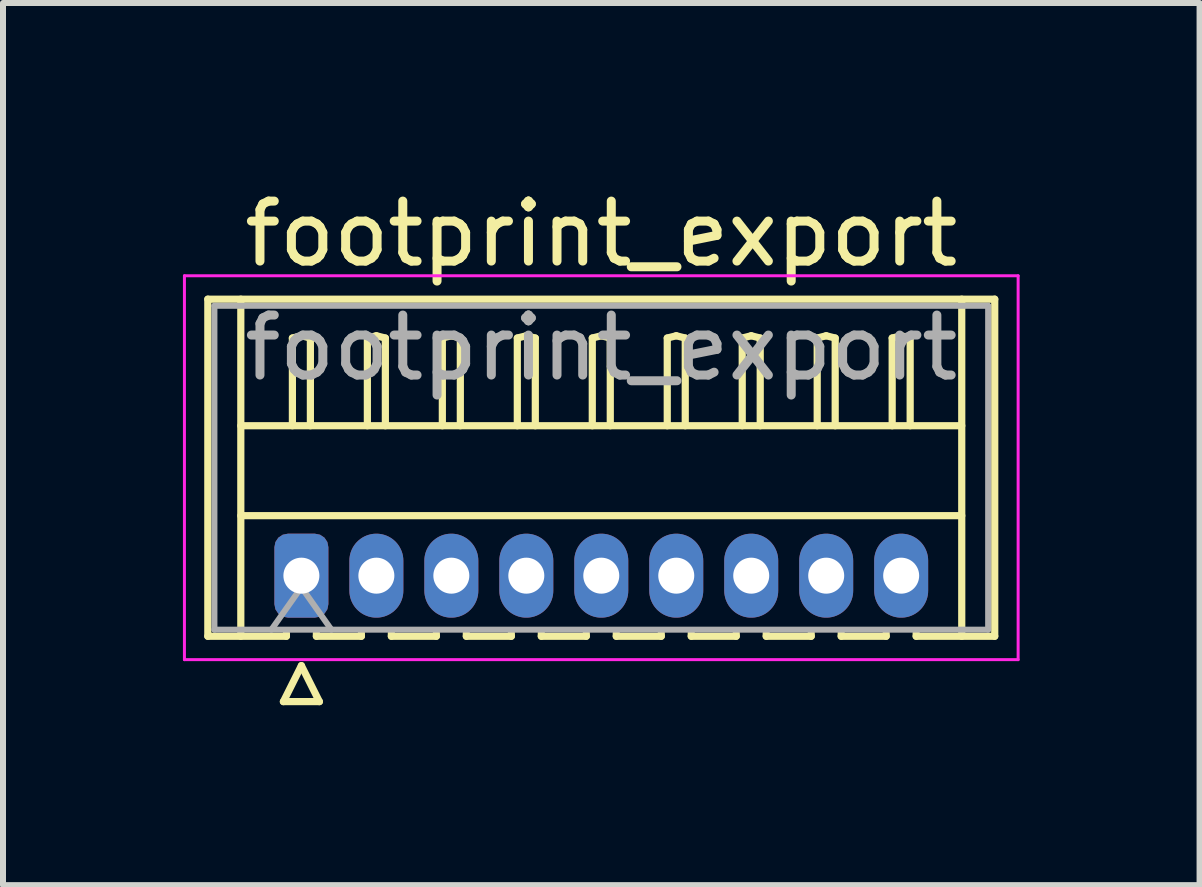
<source format=kicad_pcb>
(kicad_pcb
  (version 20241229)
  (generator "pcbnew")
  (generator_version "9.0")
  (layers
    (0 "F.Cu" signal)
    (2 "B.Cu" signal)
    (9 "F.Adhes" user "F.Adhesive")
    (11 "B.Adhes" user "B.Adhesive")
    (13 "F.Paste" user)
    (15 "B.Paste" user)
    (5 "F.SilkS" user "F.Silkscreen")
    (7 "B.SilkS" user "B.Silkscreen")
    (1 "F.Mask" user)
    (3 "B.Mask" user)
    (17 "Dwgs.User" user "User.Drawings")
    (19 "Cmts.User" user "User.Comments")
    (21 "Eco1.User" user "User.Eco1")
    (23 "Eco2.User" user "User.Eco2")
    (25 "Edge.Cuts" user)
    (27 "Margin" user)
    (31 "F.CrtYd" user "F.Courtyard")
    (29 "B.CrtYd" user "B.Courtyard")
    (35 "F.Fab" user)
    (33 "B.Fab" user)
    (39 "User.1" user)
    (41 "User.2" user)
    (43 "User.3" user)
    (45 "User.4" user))
  (footprint "footprint_export"
    (layer "F.Cu")
    (at 1.975 6.548)
    (property "Reference" "footprint_export" (at 5 -5.7 0) (layer "F.SilkS") (effects (font (size 1 1) (thickness 0.15))))
    (attr through_hole)
    (fp_line (start -1.56 -4.61) (end 11.56 -4.61) (stroke (width 0.12) (type solid)) (layer "F.SilkS"))
    (fp_line (start -1.56 1.01) (end -1.56 -4.61) (stroke (width 0.12) (type solid)) (layer "F.SilkS"))
    (fp_line (start -1.01 -4.61) (end -1.01 1.01) (stroke (width 0.12) (type solid)) (layer "F.SilkS"))
    (fp_line (start -1.01 -2.5) (end 11.01 -2.5) (stroke (width 0.12) (type solid)) (layer "F.SilkS"))
    (fp_line (start -1.01 -1) (end 11.01 -1) (stroke (width 0.12) (type solid)) (layer "F.SilkS"))
    (fp_line (start -0.3 2.1) (end 0.3 2.1) (stroke (width 0.12) (type solid)) (layer "F.SilkS"))
    (fp_line (start -0.25 0.96) (end -0.25 1.01) (stroke (width 0.12) (type solid)) (layer "F.SilkS"))
    (fp_line (start -0.25 1.01) (end -1.56 1.01) (stroke (width 0.12) (type solid)) (layer "F.SilkS"))
    (fp_line (start -0.15 -3.962) (end 0 -4) (stroke (width 0.12) (type solid)) (layer "F.SilkS"))
    (fp_line (start -0.15 -2.5) (end -0.15 -3.962) (stroke (width 0.12) (type solid)) (layer "F.SilkS"))
    (fp_line (start 0 -4) (end 0.15 -3.962) (stroke (width 0.12) (type solid)) (layer "F.SilkS"))
    (fp_line (start 0 1.5) (end -0.3 2.1) (stroke (width 0.12) (type solid)) (layer "F.SilkS"))
    (fp_line (start 0.15 -3.962) (end 0.15 -2.5) (stroke (width 0.12) (type solid)) (layer "F.SilkS"))
    (fp_line (start 0.25 0.96) (end 0.25 1.01) (stroke (width 0.12) (type solid)) (layer "F.SilkS"))
    (fp_line (start 0.25 1.01) (end 1 1.01) (stroke (width 0.12) (type solid)) (layer "F.SilkS"))
    (fp_line (start 0.3 2.1) (end 0 1.5) (stroke (width 0.12) (type solid)) (layer "F.SilkS"))
    (fp_line (start 1 1.01) (end 1 0.96) (stroke (width 0.12) (type solid)) (layer "F.SilkS"))
    (fp_line (start 1.1 -3.962) (end 1.25 -4) (stroke (width 0.12) (type solid)) (layer "F.SilkS"))
    (fp_line (start 1.1 -2.5) (end 1.1 -3.962) (stroke (width 0.12) (type solid)) (layer "F.SilkS"))
    (fp_line (start 1.25 -4) (end 1.4 -3.962) (stroke (width 0.12) (type solid)) (layer "F.SilkS"))
    (fp_line (start 1.4 -3.962) (end 1.4 -2.5) (stroke (width 0.12) (type solid)) (layer "F.SilkS"))
    (fp_line (start 1.5 0.96) (end 1.5 1.01) (stroke (width 0.12) (type solid)) (layer "F.SilkS"))
    (fp_line (start 1.5 1.01) (end 2.25 1.01) (stroke (width 0.12) (type solid)) (layer "F.SilkS"))
    (fp_line (start 2.25 1.01) (end 2.25 0.96) (stroke (width 0.12) (type solid)) (layer "F.SilkS"))
    (fp_line (start 2.35 -3.962) (end 2.5 -4) (stroke (width 0.12) (type solid)) (layer "F.SilkS"))
    (fp_line (start 2.35 -2.5) (end 2.35 -3.962) (stroke (width 0.12) (type solid)) (layer "F.SilkS"))
    (fp_line (start 2.5 -4) (end 2.65 -3.962) (stroke (width 0.12) (type solid)) (layer "F.SilkS"))
    (fp_line (start 2.65 -3.962) (end 2.65 -2.5) (stroke (width 0.12) (type solid)) (layer "F.SilkS"))
    (fp_line (start 2.75 0.96) (end 2.75 1.01) (stroke (width 0.12) (type solid)) (layer "F.SilkS"))
    (fp_line (start 2.75 1.01) (end 3.5 1.01) (stroke (width 0.12) (type solid)) (layer "F.SilkS"))
    (fp_line (start 3.5 1.01) (end 3.5 0.96) (stroke (width 0.12) (type solid)) (layer "F.SilkS"))
    (fp_line (start 3.6 -3.962) (end 3.75 -4) (stroke (width 0.12) (type solid)) (layer "F.SilkS"))
    (fp_line (start 3.6 -2.5) (end 3.6 -3.962) (stroke (width 0.12) (type solid)) (layer "F.SilkS"))
    (fp_line (start 3.75 -4) (end 3.9 -3.962) (stroke (width 0.12) (type solid)) (layer "F.SilkS"))
    (fp_line (start 3.9 -3.962) (end 3.9 -2.5) (stroke (width 0.12) (type solid)) (layer "F.SilkS"))
    (fp_line (start 4 0.96) (end 4 1.01) (stroke (width 0.12) (type solid)) (layer "F.SilkS"))
    (fp_line (start 4 1.01) (end 4.75 1.01) (stroke (width 0.12) (type solid)) (layer "F.SilkS"))
    (fp_line (start 4.75 1.01) (end 4.75 0.96) (stroke (width 0.12) (type solid)) (layer "F.SilkS"))
    (fp_line (start 4.85 -3.962) (end 5 -4) (stroke (width 0.12) (type solid)) (layer "F.SilkS"))
    (fp_line (start 4.85 -2.5) (end 4.85 -3.962) (stroke (width 0.12) (type solid)) (layer "F.SilkS"))
    (fp_line (start 5 -4) (end 5.15 -3.962) (stroke (width 0.12) (type solid)) (layer "F.SilkS"))
    (fp_line (start 5.15 -3.962) (end 5.15 -2.5) (stroke (width 0.12) (type solid)) (layer "F.SilkS"))
    (fp_line (start 5.25 0.96) (end 5.25 1.01) (stroke (width 0.12) (type solid)) (layer "F.SilkS"))
    (fp_line (start 5.25 1.01) (end 6 1.01) (stroke (width 0.12) (type solid)) (layer "F.SilkS"))
    (fp_line (start 6 1.01) (end 6 0.96) (stroke (width 0.12) (type solid)) (layer "F.SilkS"))
    (fp_line (start 6.1 -3.962) (end 6.25 -4) (stroke (width 0.12) (type solid)) (layer "F.SilkS"))
    (fp_line (start 6.1 -2.5) (end 6.1 -3.962) (stroke (width 0.12) (type solid)) (layer "F.SilkS"))
    (fp_line (start 6.25 -4) (end 6.4 -3.962) (stroke (width 0.12) (type solid)) (layer "F.SilkS"))
    (fp_line (start 6.4 -3.962) (end 6.4 -2.5) (stroke (width 0.12) (type solid)) (layer "F.SilkS"))
    (fp_line (start 6.5 0.96) (end 6.5 1.01) (stroke (width 0.12) (type solid)) (layer "F.SilkS"))
    (fp_line (start 6.5 1.01) (end 7.25 1.01) (stroke (width 0.12) (type solid)) (layer "F.SilkS"))
    (fp_line (start 7.25 1.01) (end 7.25 0.96) (stroke (width 0.12) (type solid)) (layer "F.SilkS"))
    (fp_line (start 7.35 -3.962) (end 7.5 -4) (stroke (width 0.12) (type solid)) (layer "F.SilkS"))
    (fp_line (start 7.35 -2.5) (end 7.35 -3.962) (stroke (width 0.12) (type solid)) (layer "F.SilkS"))
    (fp_line (start 7.5 -4) (end 7.65 -3.962) (stroke (width 0.12) (type solid)) (layer "F.SilkS"))
    (fp_line (start 7.65 -3.962) (end 7.65 -2.5) (stroke (width 0.12) (type solid)) (layer "F.SilkS"))
    (fp_line (start 7.75 0.96) (end 7.75 1.01) (stroke (width 0.12) (type solid)) (layer "F.SilkS"))
    (fp_line (start 7.75 1.01) (end 8.5 1.01) (stroke (width 0.12) (type solid)) (layer "F.SilkS"))
    (fp_line (start 8.5 1.01) (end 8.5 0.96) (stroke (width 0.12) (type solid)) (layer "F.SilkS"))
    (fp_line (start 8.6 -3.962) (end 8.75 -4) (stroke (width 0.12) (type solid)) (layer "F.SilkS"))
    (fp_line (start 8.6 -2.5) (end 8.6 -3.962) (stroke (width 0.12) (type solid)) (layer "F.SilkS"))
    (fp_line (start 8.75 -4) (end 8.9 -3.962) (stroke (width 0.12) (type solid)) (layer "F.SilkS"))
    (fp_line (start 8.9 -3.962) (end 8.9 -2.5) (stroke (width 0.12) (type solid)) (layer "F.SilkS"))
    (fp_line (start 9 0.96) (end 9 1.01) (stroke (width 0.12) (type solid)) (layer "F.SilkS"))
    (fp_line (start 9 1.01) (end 9.75 1.01) (stroke (width 0.12) (type solid)) (layer "F.SilkS"))
    (fp_line (start 9.75 1.01) (end 9.75 0.96) (stroke (width 0.12) (type solid)) (layer "F.SilkS"))
    (fp_line (start 9.85 -3.962) (end 10 -4) (stroke (width 0.12) (type solid)) (layer "F.SilkS"))
    (fp_line (start 9.85 -2.5) (end 9.85 -3.962) (stroke (width 0.12) (type solid)) (layer "F.SilkS"))
    (fp_line (start 10 -4) (end 10.15 -3.962) (stroke (width 0.12) (type solid)) (layer "F.SilkS"))
    (fp_line (start 10.15 -3.962) (end 10.15 -2.5) (stroke (width 0.12) (type solid)) (layer "F.SilkS"))
    (fp_line (start 10.25 1.01) (end 10.25 0.96) (stroke (width 0.12) (type solid)) (layer "F.SilkS"))
    (fp_line (start 11.01 -4.61) (end 11.01 1.01) (stroke (width 0.12) (type solid)) (layer "F.SilkS"))
    (fp_line (start 11.56 -4.61) (end 11.56 1.01) (stroke (width 0.12) (type solid)) (layer "F.SilkS"))
    (fp_line (start 11.56 1.01) (end 10.25 1.01) (stroke (width 0.12) (type solid)) (layer "F.SilkS"))
    (fp_line (start -1.95 -5) (end -1.95 1.4) (stroke (width 0.05) (type solid)) (layer "F.CrtYd"))
    (fp_line (start -1.95 1.4) (end 11.95 1.4) (stroke (width 0.05) (type solid)) (layer "F.CrtYd"))
    (fp_line (start 11.95 -5) (end -1.95 -5) (stroke (width 0.05) (type solid)) (layer "F.CrtYd"))
    (fp_line (start 11.95 1.4) (end 11.95 -5) (stroke (width 0.05) (type solid)) (layer "F.CrtYd"))
    (fp_line (start -1.45 -4.5) (end -1.45 0.9) (stroke (width 0.1) (type solid)) (layer "F.Fab"))
    (fp_line (start -1.45 0.9) (end 11.45 0.9) (stroke (width 0.1) (type solid)) (layer "F.Fab"))
    (fp_line (start -0.5 0.9) (end 0 0.193) (stroke (width 0.1) (type solid)) (layer "F.Fab"))
    (fp_line (start 0 0.193) (end 0.5 0.9) (stroke (width 0.1) (type solid)) (layer "F.Fab"))
    (fp_line (start 11.45 -4.5) (end -1.45 -4.5) (stroke (width 0.1) (type solid)) (layer "F.Fab"))
    (fp_line (start 11.45 0.9) (end 11.45 -4.5) (stroke (width 0.1) (type solid)) (layer "F.Fab"))
    (fp_text user "${REFERENCE}" (at 5 -3.8 0) (layer "F.Fab") (effects (font (size 1 1) (thickness 0.15))))
    (pad "1" thru_hole roundrect (at 0 0) (size 0.9 1.4) (drill 0.6) (layers "*.Cu" "*.Mask") (roundrect_rratio 0.25))
    (pad "2" thru_hole oval (at 1.25 0) (size 0.9 1.4) (drill 0.6) (layers "*.Cu" "*.Mask"))
    (pad "3" thru_hole oval (at 2.5 0) (size 0.9 1.4) (drill 0.6) (layers "*.Cu" "*.Mask"))
    (pad "4" thru_hole oval (at 3.75 0) (size 0.9 1.4) (drill 0.6) (layers "*.Cu" "*.Mask"))
    (pad "5" thru_hole oval (at 5 0) (size 0.9 1.4) (drill 0.6) (layers "*.Cu" "*.Mask"))
    (pad "6" thru_hole oval (at 6.25 0) (size 0.9 1.4) (drill 0.6) (layers "*.Cu" "*.Mask"))
    (pad "7" thru_hole oval (at 7.5 0) (size 0.9 1.4) (drill 0.6) (layers "*.Cu" "*.Mask"))
    (pad "8" thru_hole oval (at 8.75 0) (size 0.9 1.4) (drill 0.6) (layers "*.Cu" "*.Mask"))
    (pad "9" thru_hole oval (at 10 0) (size 0.9 1.4) (drill 0.6) (layers "*.Cu" "*.Mask")))
  (gr_rect
    (start -3 -3)
    (end 16.95 11.708)
    (stroke (width 0.1) (type default))
    (fill no)
    (layer "Edge.Cuts")))
</source>
